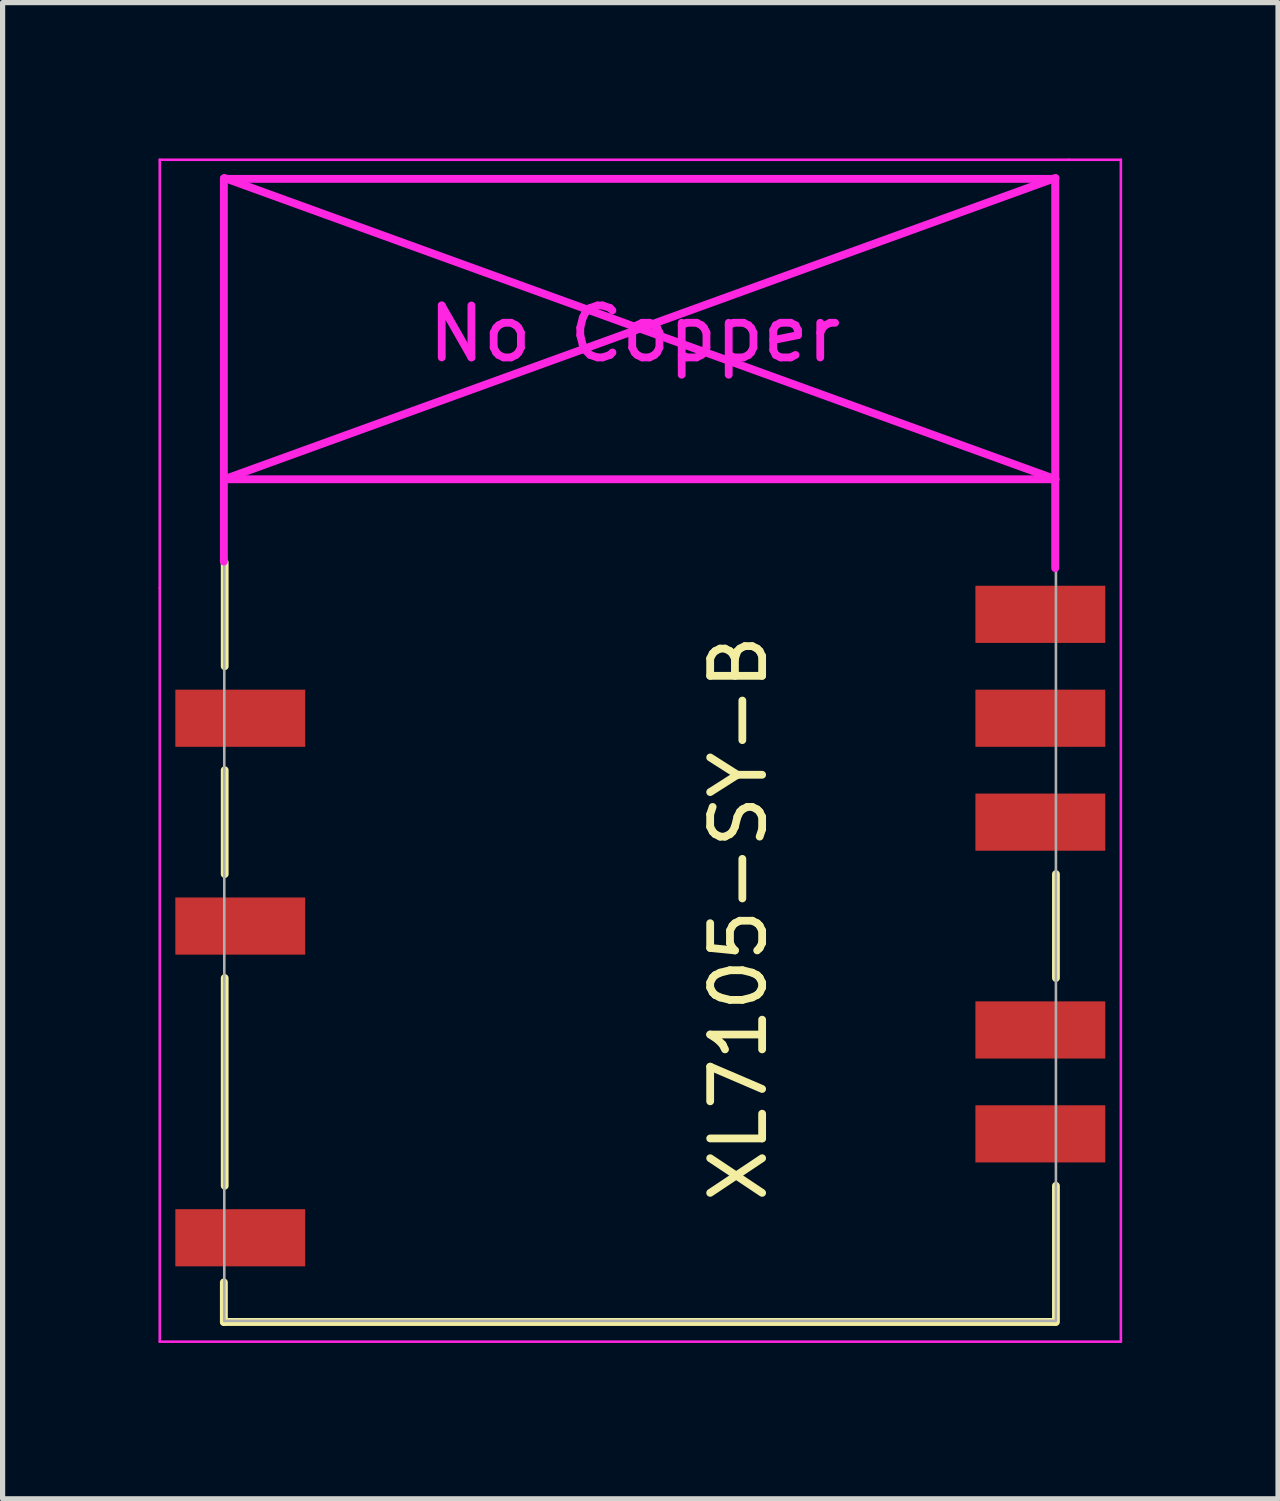
<source format=kicad_pcb>
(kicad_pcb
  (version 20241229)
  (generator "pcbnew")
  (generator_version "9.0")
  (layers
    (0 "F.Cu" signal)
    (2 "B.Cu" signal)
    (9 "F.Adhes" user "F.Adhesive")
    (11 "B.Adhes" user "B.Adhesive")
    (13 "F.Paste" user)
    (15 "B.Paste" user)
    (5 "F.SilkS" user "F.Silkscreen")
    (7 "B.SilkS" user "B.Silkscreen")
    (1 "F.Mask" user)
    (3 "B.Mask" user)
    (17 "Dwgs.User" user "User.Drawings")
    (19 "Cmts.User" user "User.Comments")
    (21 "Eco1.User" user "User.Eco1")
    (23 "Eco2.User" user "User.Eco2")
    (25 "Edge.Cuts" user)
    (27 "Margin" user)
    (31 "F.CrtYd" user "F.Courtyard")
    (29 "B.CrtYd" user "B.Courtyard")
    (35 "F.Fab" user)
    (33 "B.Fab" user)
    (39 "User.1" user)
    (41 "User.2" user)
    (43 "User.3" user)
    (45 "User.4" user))
  (footprint "XL7105-SY-B"
    (layer "F.Cu")
    (at 2.275 8.775)
    (property "Reference" "XL7105-SY-B" (at 8.89 5.85 90) (layer "F.SilkS") (effects (font (size 1 1) (thickness 0.15))))
    (attr through_hole)
    (fp_line (start -1.016 12.859) (end -1.016 13.621) (stroke (width 0.152) (type solid)) (layer "F.SilkS"))
    (fp_line (start -1.016 13.621) (end 14.986 13.621) (stroke (width 0.152) (type solid)) (layer "F.SilkS"))
    (fp_line (start -1 1) (end -1 -1) (stroke (width 0.15) (type solid)) (layer "F.SilkS"))
    (fp_line (start -1 5) (end -1 3) (stroke (width 0.15) (type solid)) (layer "F.SilkS"))
    (fp_line (start -1 11) (end -1 7) (stroke (width 0.15) (type solid)) (layer "F.SilkS"))
    (fp_line (start 15 7) (end 15 5) (stroke (width 0.15) (type solid)) (layer "F.SilkS"))
    (fp_line (start 15 11) (end 15 13.621) (stroke (width 0.15) (type solid)) (layer "F.SilkS"))
    (fp_line (start -2.25 -8.75) (end 15.25 -8.75) (stroke (width 0.05) (type solid)) (layer "F.CrtYd"))
    (fp_line (start -2.25 -0.5) (end -2.25 -8.75) (stroke (width 0.05) (type solid)) (layer "F.CrtYd"))
    (fp_line (start -2.25 14) (end -2.25 -0.5) (stroke (width 0.05) (type solid)) (layer "F.CrtYd"))
    (fp_line (start -1.016 -8.382) (end -1.016 -1.016) (stroke (width 0.152) (type solid)) (layer "F.CrtYd"))
    (fp_line (start -1.016 -8.382) (end 14.986 -8.382) (stroke (width 0.152) (type solid)) (layer "F.CrtYd"))
    (fp_line (start -1.008 -8.4) (end 14.992 -2.6) (stroke (width 0.152) (type solid)) (layer "F.CrtYd"))
    (fp_line (start -1.008 -2.6) (end 14.992 -2.6) (stroke (width 0.152) (type solid)) (layer "F.CrtYd"))
    (fp_line (start 14.986 -8.382) (end 14.986 -0.889) (stroke (width 0.152) (type solid)) (layer "F.CrtYd"))
    (fp_line (start 14.992 -8.4) (end -1.008 -2.6) (stroke (width 0.152) (type solid)) (layer "F.CrtYd"))
    (fp_line (start 15.25 -8.75) (end 16.25 -8.75) (stroke (width 0.05) (type solid)) (layer "F.CrtYd"))
    (fp_line (start 16.25 -8.75) (end 16.25 14) (stroke (width 0.05) (type solid)) (layer "F.CrtYd"))
    (fp_line (start 16.25 14) (end -2.25 14) (stroke (width 0.05) (type solid)) (layer "F.CrtYd"))
    (fp_line (start -1.008 -8.4) (end 14.992 -8.4) (stroke (width 0.05) (type solid)) (layer "F.Fab"))
    (fp_line (start -1.008 13.6) (end -1.008 -8.4) (stroke (width 0.05) (type solid)) (layer "F.Fab"))
    (fp_line (start 14.992 13.6) (end -1.008 13.6) (stroke (width 0.05) (type solid)) (layer "F.Fab"))
    (fp_line (start 15 -8.4) (end 15 13.6) (stroke (width 0.05) (type solid)) (layer "F.Fab"))
    (fp_text user "No Copper" (at 6.892 -5.4 0) (layer "F.CrtYd") (effects (font (size 1 1) (thickness 0.15))))
    (pad "2" smd rect (at 0 2) (size 2.5 1.1) (drill (offset -0.7 0)) (layers "F.Cu" "F.Mask" "F.Paste"))
    (pad "4" smd rect (at 0 6) (size 2.5 1.1) (drill (offset -0.7 0)) (layers "F.Cu" "F.Mask" "F.Paste"))
    (pad "7" smd rect (at 0 12) (size 2.5 1.1) (drill (offset -0.7 0)) (layers "F.Cu" "F.Mask" "F.Paste"))
    (pad "9" smd rect (at 14 10) (size 2.5 1.1) (drill (offset 0.7 0)) (layers "F.Cu" "F.Mask" "F.Paste"))
    (pad "10" smd rect (at 14 8) (size 2.5 1.1) (drill (offset 0.7 0)) (layers "F.Cu" "F.Mask" "F.Paste"))
    (pad "12" smd rect (at 14 4) (size 2.5 1.1) (drill (offset 0.7 0)) (layers "F.Cu" "F.Mask" "F.Paste"))
    (pad "13" smd rect (at 14 2) (size 2.5 1.1) (drill (offset 0.7 0)) (layers "F.Cu" "F.Mask" "F.Paste"))
    (pad "14" smd rect (at 14 0) (size 2.5 1.1) (drill (offset 0.7 0)) (layers "F.Cu" "F.Mask" "F.Paste")))
  (gr_rect
    (start -3 -3)
    (end 21.55 25.8)
    (stroke (width 0.1) (type default))
    (fill no)
    (layer "Edge.Cuts")))
</source>
